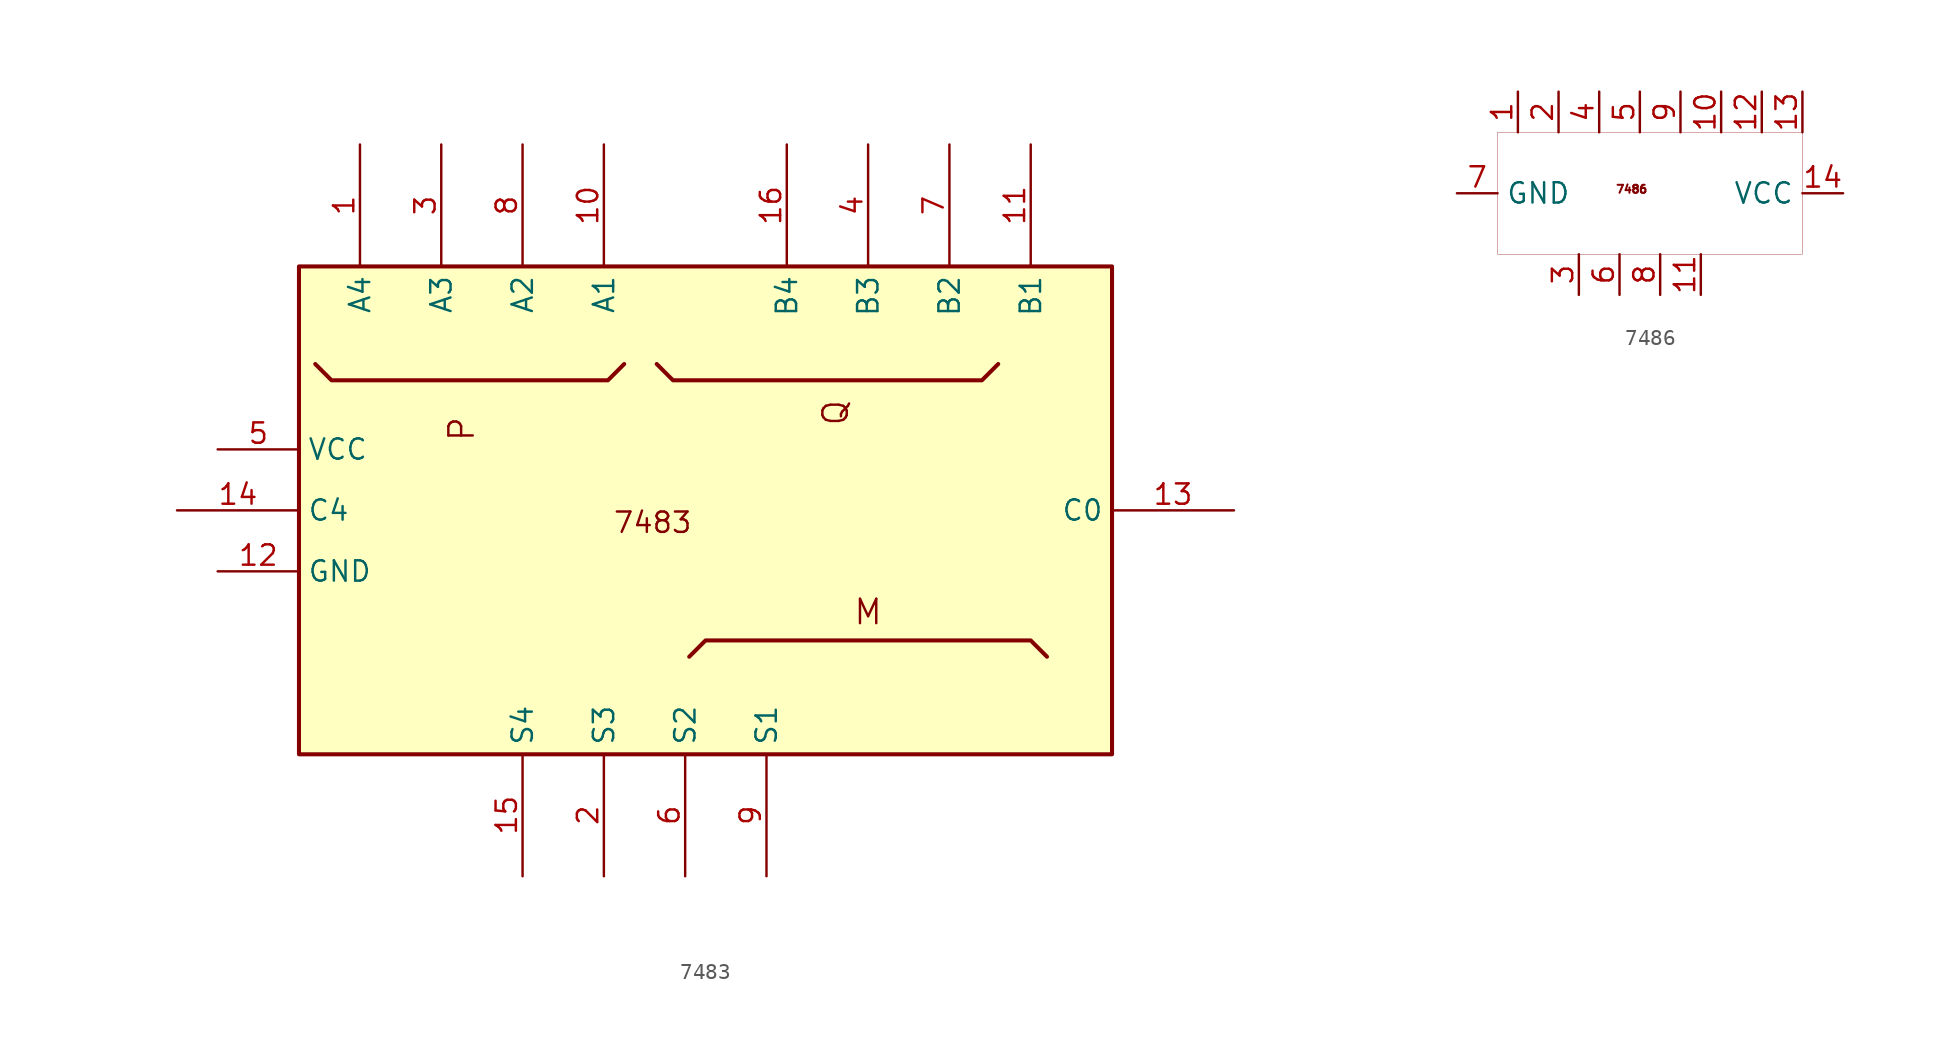
<source format=kicad_sym>
(kicad_symbol_lib
  (version 20241209)
  (generator "kicad_symbol_editor")
  (generator_version "9.0")
  (symbol "7483"
    (property "Reference" "U"
      (at 1.27 -1.27 0)
      (effects (font (size 1.27 1.27)) (hide yes)))
    (property "Value" ""
      (at 0 0 0)
      (effects (font (size 1.27 1.27))))
    (symbol "7483_0_0"
      (polyline (pts (xy -21.844 14.224) (xy -20.828 13.208) (xy -3.556 13.208) (xy -2.54 14.224) (xy -2.54 14.224)) (stroke (width 0.254) (type default)) (fill (type background)))
      (polyline (pts (xy 20.828 14.224) (xy 19.812 13.208) (xy 0.508 13.208) (xy -0.508 14.224) (xy -0.508 14.224)) (stroke (width 0.254) (type default)) (fill (type background)))
      (polyline (pts (xy 23.876 -4.064) (xy 22.86 -3.048) (xy 2.54 -3.048) (xy 1.524 -4.064) (xy 1.524 -4.064)) (stroke (width 0.254) (type default)) (fill (type background)))
      (rectangle (start 27.94 20.32) (end -22.86 -10.16) (stroke (width 0.254) (type default)) (fill (type background)))
      (text "P" (at -12.7 10.16 900) (effects (font (size 1.524 1.524))))
      (text "Q" (at 10.668 11.176 900) (effects (font (size 1.524 1.524))))
      (text "M" (at 12.7 -1.27 0) (effects (font (size 1.524 1.524))))
      (pin power_in line (at -27.94 8.89 0) (length 5.08) (name "VCC" (effects (font (size 1.27 1.27)))) (number "5" (effects (font (size 1.27 1.27)))))
      (pin power_in line (at -27.94 1.27 0) (length 5.08) (name "GND" (effects (font (size 1.27 1.27)))) (number "12" (effects (font (size 1.27 1.27))))))
    (symbol "7483_1_1"
      (text "7483" (at -0.762 4.318 0) (effects (font (size 1.27 1.27))))
      (pin output line (at -30.48 5.08 0) (length 7.62) (name "C4" (effects (font (size 1.27 1.27)))) (number "14" (effects (font (size 1.27 1.27)))))
      (pin input line (at -19.05 27.94 270) (length 7.62) (name "A4" (effects (font (size 1.27 1.27)))) (number "1" (effects (font (size 1.27 1.27)))))
      (pin input line (at -13.97 27.94 270) (length 7.62) (name "A3" (effects (font (size 1.27 1.27)))) (number "3" (effects (font (size 1.27 1.27)))))
      (pin input line (at -8.89 27.94 270) (length 7.62) (name "A2" (effects (font (size 1.27 1.27)))) (number "8" (effects (font (size 1.27 1.27)))))
      (pin output line (at -8.89 -17.78 90) (length 7.62) (name "S4" (effects (font (size 1.27 1.27)))) (number "15" (effects (font (size 1.27 1.27)))))
      (pin input line (at -3.81 27.94 270) (length 7.62) (name "A1" (effects (font (size 1.27 1.27)))) (number "10" (effects (font (size 1.27 1.27)))))
      (pin output line (at -3.81 -17.78 90) (length 7.62) (name "S3" (effects (font (size 1.27 1.27)))) (number "2" (effects (font (size 1.27 1.27)))))
      (pin output line (at 1.27 -17.78 90) (length 7.62) (name "S2" (effects (font (size 1.27 1.27)))) (number "6" (effects (font (size 1.27 1.27)))))
      (pin output line (at 6.35 -17.78 90) (length 7.62) (name "S1" (effects (font (size 1.27 1.27)))) (number "9" (effects (font (size 1.27 1.27)))))
      (pin input line (at 7.62 27.94 270) (length 7.62) (name "B4" (effects (font (size 1.27 1.27)))) (number "16" (effects (font (size 1.27 1.27)))))
      (pin input line (at 12.7 27.94 270) (length 7.62) (name "B3" (effects (font (size 1.27 1.27)))) (number "4" (effects (font (size 1.27 1.27)))))
      (pin input line (at 17.78 27.94 270) (length 7.62) (name "B2" (effects (font (size 1.27 1.27)))) (number "7" (effects (font (size 1.27 1.27)))))
      (pin input line (at 22.86 27.94 270) (length 7.62) (name "B1" (effects (font (size 1.27 1.27)))) (number "11" (effects (font (size 1.27 1.27)))))
      (pin input line (at 35.56 5.08 180) (length 7.62) (name "C0" (effects (font (size 1.27 1.27)))) (number "13" (effects (font (size 1.27 1.27)))))))
  (symbol "7486"
    (property "Reference" "U"
      (at 0.762 -1.016 0)
      (effects (font (size 1.27 1.27)) (hide yes)))
    (property "Value" ""
      (at 0 0 0)
      (effects (font (size 1.27 1.27))))
    (symbol "7486_1_1"
      (rectangle (start -7.62 3.81) (end 11.43 -3.81) (stroke (width 0.001) (type solid)) (fill (type none)))
      (text "7486" (at 0.762 0.254 0) (effects (font (size 0.5 0.5))))
      (pin input line (at -10.16 0 0) (length 2.54) (name "GND" (effects (font (size 1.27 1.27)))) (number "7" (effects (font (size 1.27 1.27)))))
      (pin input line (at -6.35 6.35 270) (length 2.54) (name "" (effects (font (size 1.27 1.27)))) (number "1" (effects (font (size 1.27 1.27)))))
      (pin input line (at -3.81 6.35 270) (length 2.54) (name "" (effects (font (size 1.27 1.27)))) (number "2" (effects (font (size 1.27 1.27)))))
      (pin output line (at -2.54 -6.35 90) (length 2.54) (name "" (effects (font (size 1.27 1.27)))) (number "3" (effects (font (size 1.27 1.27)))))
      (pin input line (at -1.27 6.35 270) (length 2.54) (name "" (effects (font (size 1.27 1.27)))) (number "4" (effects (font (size 1.27 1.27)))))
      (pin output line (at 0 -6.35 90) (length 2.54) (name "" (effects (font (size 1.27 1.27)))) (number "6" (effects (font (size 1.27 1.27)))))
      (pin input line (at 1.27 6.35 270) (length 2.54) (name "" (effects (font (size 1.27 1.27)))) (number "5" (effects (font (size 1.27 1.27)))))
      (pin output line (at 2.54 -6.35 90) (length 2.54) (name "" (effects (font (size 1.27 1.27)))) (number "8" (effects (font (size 1.27 1.27)))))
      (pin input line (at 3.81 6.35 270) (length 2.54) (name "" (effects (font (size 1.27 1.27)))) (number "9" (effects (font (size 1.27 1.27)))))
      (pin output line (at 5.08 -6.35 90) (length 2.54) (name "" (effects (font (size 1.27 1.27)))) (number "11" (effects (font (size 1.27 1.27)))))
      (pin input line (at 6.35 6.35 270) (length 2.54) (name "" (effects (font (size 1.27 1.27)))) (number "10" (effects (font (size 1.27 1.27)))))
      (pin input line (at 8.89 6.35 270) (length 2.54) (name "" (effects (font (size 1.27 1.27)))) (number "12" (effects (font (size 1.27 1.27)))))
      (pin input line (at 11.43 6.35 270) (length 2.54) (name "" (effects (font (size 1.27 1.27)))) (number "13" (effects (font (size 1.27 1.27)))))
      (pin input line (at 13.97 0 180) (length 2.54) (name "VCC" (effects (font (size 1.27 1.27)))) (number "14" (effects (font (size 1.27 1.27))))))))
</source>
